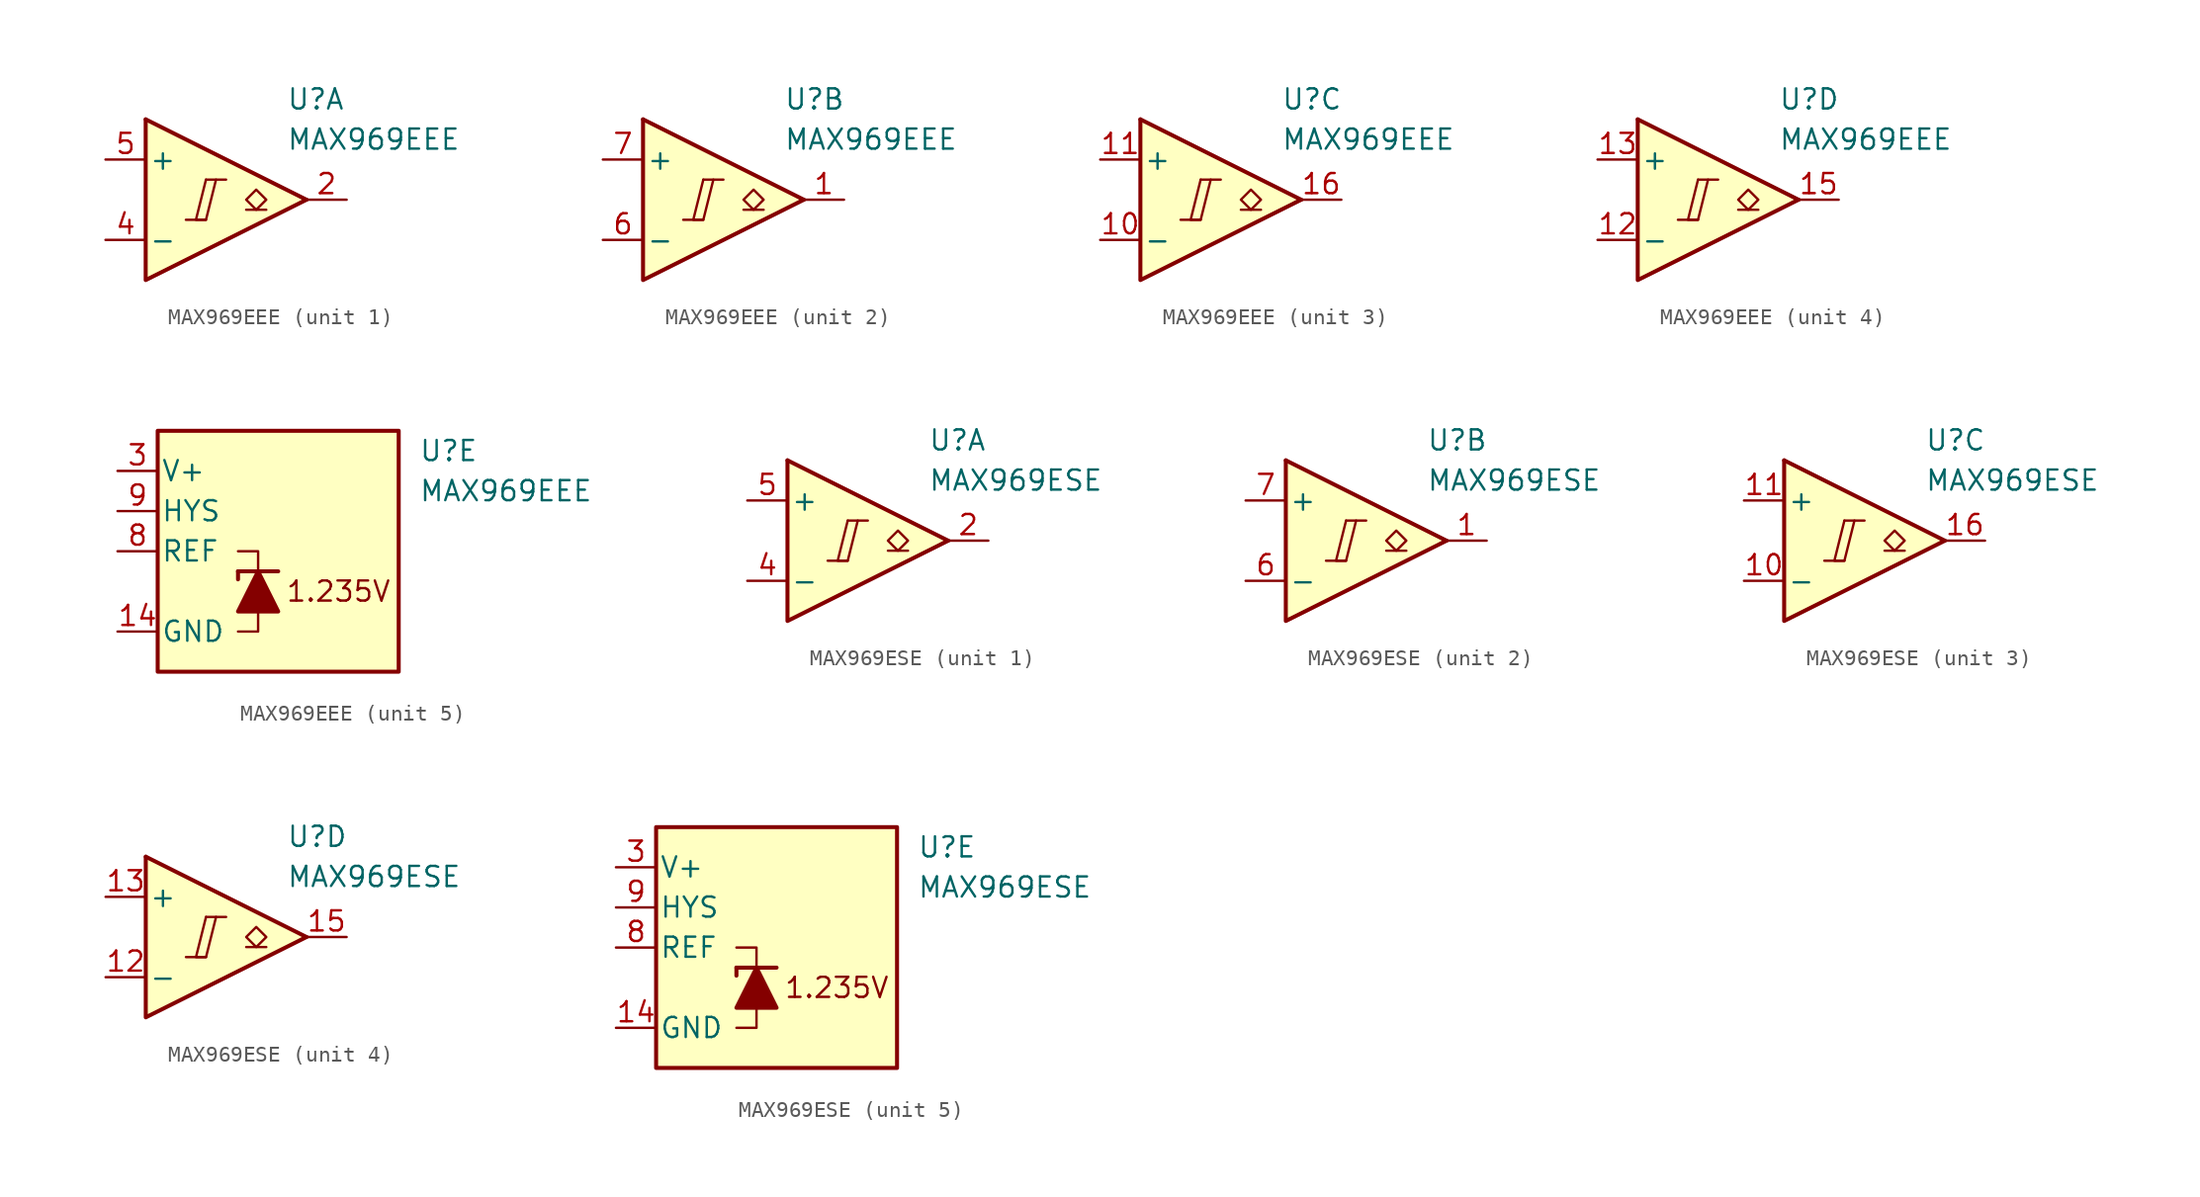
<source format=kicad_sym>
(kicad_symbol_lib
  (version 20231120)
  (generator "kicad_symbol_editor")
  (generator_version "8.0")
  (symbol "MAX969EEE"
    (pin_names
      (offset 0.2))
    (property "Reference" "U"
      (at 5.08 6.35 0)
      (effects (font (size 1.27 1.27)) (justify left)))
    (property "Value" "MAX969EEE"
      (at 5.08 3.81 0)
      (effects (font (size 1.27 1.27)) (justify left)))
    (property "ki_locked" ""
      (at 0 0 0)
      (effects (font (size 1.27 1.27))))
    (symbol "MAX969EEE_1_0"
      (polyline (pts (xy -1.27 -1.27) (xy 0 -1.27)) (stroke (width 0.152) (type default)) (fill (type none)))
      (polyline (pts (xy 0 1.27) (xy 1.27 1.27)) (stroke (width 0.152) (type default)) (fill (type none)))
      (polyline (pts (xy 0 1.27) (xy -0.635 -1.27) (xy 0 -1.27) (xy 0.635 1.27)) (stroke (width 0.152) (type default)) (fill (type none))))
    (symbol "MAX969EEE_1_1"
      (polyline (pts (xy -3.81 5.08) (xy 6.35 0)) (stroke (width 0.254) (type default)) (fill (type none)))
      (polyline (pts (xy 3.81 -0.635) (xy 2.54 -0.635)) (stroke (width 0.152) (type default)) (fill (type none)))
      (polyline (pts (xy -3.81 5.08) (xy -3.81 -5.08) (xy 6.35 0)) (stroke (width 0.254) (type default)) (fill (type background)))
      (polyline (pts (xy 3.175 -0.635) (xy 2.54 0) (xy 3.175 0.635) (xy 3.81 0) (xy 3.175 -0.635)) (stroke (width 0.152) (type default)) (fill (type none)))
      (pin output line (at 8.89 0 180) (length 2.54) (name "~" (effects (font (size 1.27 1.27)))) (number "2" (effects (font (size 1.27 1.27)))))
      (pin input line (at -6.35 -2.54 0) (length 2.54) (name "-" (effects (font (size 1.27 1.27)))) (number "4" (effects (font (size 1.27 1.27)))))
      (pin input line (at -6.35 2.54 0) (length 2.54) (name "+" (effects (font (size 1.27 1.27)))) (number "5" (effects (font (size 1.27 1.27))))))
    (symbol "MAX969EEE_2_0"
      (polyline (pts (xy -1.27 -1.27) (xy 0 -1.27)) (stroke (width 0.152) (type default)) (fill (type none)))
      (polyline (pts (xy 0 1.27) (xy 1.27 1.27)) (stroke (width 0.152) (type default)) (fill (type none)))
      (polyline (pts (xy 0 1.27) (xy -0.635 -1.27) (xy 0 -1.27) (xy 0.635 1.27)) (stroke (width 0.152) (type default)) (fill (type none))))
    (symbol "MAX969EEE_2_1"
      (polyline (pts (xy -3.81 5.08) (xy 6.35 0)) (stroke (width 0.254) (type default)) (fill (type none)))
      (polyline (pts (xy 3.81 -0.635) (xy 2.54 -0.635)) (stroke (width 0.152) (type default)) (fill (type none)))
      (polyline (pts (xy -3.81 5.08) (xy -3.81 -5.08) (xy 6.35 0)) (stroke (width 0.254) (type default)) (fill (type background)))
      (polyline (pts (xy 3.175 -0.635) (xy 2.54 0) (xy 3.175 0.635) (xy 3.81 0) (xy 3.175 -0.635)) (stroke (width 0.152) (type default)) (fill (type none)))
      (pin output line (at 8.89 0 180) (length 2.54) (name "~" (effects (font (size 1.27 1.27)))) (number "1" (effects (font (size 1.27 1.27)))))
      (pin input line (at -6.35 -2.54 0) (length 2.54) (name "-" (effects (font (size 1.27 1.27)))) (number "6" (effects (font (size 1.27 1.27)))))
      (pin input line (at -6.35 2.54 0) (length 2.54) (name "+" (effects (font (size 1.27 1.27)))) (number "7" (effects (font (size 1.27 1.27))))))
    (symbol "MAX969EEE_3_0"
      (polyline (pts (xy -1.27 -1.27) (xy 0 -1.27)) (stroke (width 0.152) (type default)) (fill (type none)))
      (polyline (pts (xy 0 1.27) (xy 1.27 1.27)) (stroke (width 0.152) (type default)) (fill (type none)))
      (polyline (pts (xy 0 1.27) (xy -0.635 -1.27) (xy 0 -1.27) (xy 0.635 1.27)) (stroke (width 0.152) (type default)) (fill (type none))))
    (symbol "MAX969EEE_3_1"
      (polyline (pts (xy -3.81 5.08) (xy 6.35 0)) (stroke (width 0.254) (type default)) (fill (type none)))
      (polyline (pts (xy 3.81 -0.635) (xy 2.54 -0.635)) (stroke (width 0.152) (type default)) (fill (type none)))
      (polyline (pts (xy -3.81 5.08) (xy -3.81 -5.08) (xy 6.35 0)) (stroke (width 0.254) (type default)) (fill (type background)))
      (polyline (pts (xy 3.175 -0.635) (xy 2.54 0) (xy 3.175 0.635) (xy 3.81 0) (xy 3.175 -0.635)) (stroke (width 0.152) (type default)) (fill (type none)))
      (pin input line (at -6.35 -2.54 0) (length 2.54) (name "-" (effects (font (size 1.27 1.27)))) (number "10" (effects (font (size 1.27 1.27)))))
      (pin input line (at -6.35 2.54 0) (length 2.54) (name "+" (effects (font (size 1.27 1.27)))) (number "11" (effects (font (size 1.27 1.27)))))
      (pin output line (at 8.89 0 180) (length 2.54) (name "~" (effects (font (size 1.27 1.27)))) (number "16" (effects (font (size 1.27 1.27))))))
    (symbol "MAX969EEE_4_0"
      (polyline (pts (xy -1.27 -1.27) (xy 0 -1.27)) (stroke (width 0.152) (type default)) (fill (type none)))
      (polyline (pts (xy 0 1.27) (xy 1.27 1.27)) (stroke (width 0.152) (type default)) (fill (type none)))
      (polyline (pts (xy 0 1.27) (xy -0.635 -1.27) (xy 0 -1.27) (xy 0.635 1.27)) (stroke (width 0.152) (type default)) (fill (type none))))
    (symbol "MAX969EEE_4_1"
      (polyline (pts (xy -3.81 5.08) (xy 6.35 0)) (stroke (width 0.254) (type default)) (fill (type none)))
      (polyline (pts (xy 3.81 -0.635) (xy 2.54 -0.635)) (stroke (width 0.152) (type default)) (fill (type none)))
      (polyline (pts (xy -3.81 5.08) (xy -3.81 -5.08) (xy 6.35 0)) (stroke (width 0.254) (type default)) (fill (type background)))
      (polyline (pts (xy 3.175 -0.635) (xy 2.54 0) (xy 3.175 0.635) (xy 3.81 0) (xy 3.175 -0.635)) (stroke (width 0.152) (type default)) (fill (type none)))
      (pin input line (at -6.35 -2.54 0) (length 2.54) (name "-" (effects (font (size 1.27 1.27)))) (number "12" (effects (font (size 1.27 1.27)))))
      (pin input line (at -6.35 2.54 0) (length 2.54) (name "+" (effects (font (size 1.27 1.27)))) (number "13" (effects (font (size 1.27 1.27)))))
      (pin output line (at 8.89 0 180) (length 2.54) (name "~" (effects (font (size 1.27 1.27)))) (number "15" (effects (font (size 1.27 1.27))))))
    (symbol "MAX969EEE_5_0"
      (text "1.235V" (at 0 -2.54 0) (effects (font (size 1.27 1.27)))))
    (symbol "MAX969EEE_5_1"
      (rectangle (start -11.43 7.62) (end 3.81 -7.62) (stroke (width 0.254) (type default)) (fill (type background)))
      (polyline (pts (xy -6.35 -1.27) (xy -6.35 -1.778)) (stroke (width 0.254) (type default)) (fill (type none)))
      (polyline (pts (xy -6.35 -1.27) (xy -3.81 -1.27)) (stroke (width 0.254) (type default)) (fill (type none)))
      (polyline (pts (xy -5.08 -3.81) (xy -5.08 -5.08) (xy -6.35 -5.08)) (stroke (width 0) (type default)) (fill (type none)))
      (polyline (pts (xy -5.08 -1.27) (xy -5.08 0) (xy -6.35 0)) (stroke (width 0) (type default)) (fill (type none)))
      (polyline (pts (xy -3.81 -3.81) (xy -6.35 -3.81) (xy -5.08 -1.27) (xy -3.81 -3.81)) (stroke (width 0.254) (type default)) (fill (type outline)))
      (pin power_in line (at -13.97 -5.08 0) (length 2.54) (name "GND" (effects (font (size 1.27 1.27)))) (number "14" (effects (font (size 1.27 1.27)))))
      (pin power_in line (at -13.97 5.08 0) (length 2.54) (name "V+" (effects (font (size 1.27 1.27)))) (number "3" (effects (font (size 1.27 1.27)))))
      (pin output line (at -13.97 0 0) (length 2.54) (name "REF" (effects (font (size 1.27 1.27)))) (number "8" (effects (font (size 1.27 1.27)))))
      (pin input line (at -13.97 2.54 0) (length 2.54) (name "HYS" (effects (font (size 1.27 1.27)))) (number "9" (effects (font (size 1.27 1.27)))))))
  (symbol "MAX969ESE"
    (pin_names
      (offset 0.2))
    (property "Reference" "U"
      (at 5.08 6.35 0)
      (effects (font (size 1.27 1.27)) (justify left)))
    (property "Value" "MAX969ESE"
      (at 5.08 3.81 0)
      (effects (font (size 1.27 1.27)) (justify left)))
    (property "ki_locked" ""
      (at 0 0 0)
      (effects (font (size 1.27 1.27))))
    (symbol "MAX969ESE_1_0"
      (polyline (pts (xy -1.27 -1.27) (xy 0 -1.27)) (stroke (width 0.152) (type default)) (fill (type none)))
      (polyline (pts (xy 0 1.27) (xy 1.27 1.27)) (stroke (width 0.152) (type default)) (fill (type none)))
      (polyline (pts (xy 0 1.27) (xy -0.635 -1.27) (xy 0 -1.27) (xy 0.635 1.27)) (stroke (width 0.152) (type default)) (fill (type none))))
    (symbol "MAX969ESE_1_1"
      (polyline (pts (xy -3.81 5.08) (xy 6.35 0)) (stroke (width 0.254) (type default)) (fill (type none)))
      (polyline (pts (xy 3.81 -0.635) (xy 2.54 -0.635)) (stroke (width 0.152) (type default)) (fill (type none)))
      (polyline (pts (xy -3.81 5.08) (xy -3.81 -5.08) (xy 6.35 0)) (stroke (width 0.254) (type default)) (fill (type background)))
      (polyline (pts (xy 3.175 -0.635) (xy 2.54 0) (xy 3.175 0.635) (xy 3.81 0) (xy 3.175 -0.635)) (stroke (width 0.152) (type default)) (fill (type none)))
      (pin output line (at 8.89 0 180) (length 2.54) (name "~" (effects (font (size 1.27 1.27)))) (number "2" (effects (font (size 1.27 1.27)))))
      (pin input line (at -6.35 -2.54 0) (length 2.54) (name "-" (effects (font (size 1.27 1.27)))) (number "4" (effects (font (size 1.27 1.27)))))
      (pin input line (at -6.35 2.54 0) (length 2.54) (name "+" (effects (font (size 1.27 1.27)))) (number "5" (effects (font (size 1.27 1.27))))))
    (symbol "MAX969ESE_2_0"
      (polyline (pts (xy -1.27 -1.27) (xy 0 -1.27)) (stroke (width 0.152) (type default)) (fill (type none)))
      (polyline (pts (xy 0 1.27) (xy 1.27 1.27)) (stroke (width 0.152) (type default)) (fill (type none)))
      (polyline (pts (xy 0 1.27) (xy -0.635 -1.27) (xy 0 -1.27) (xy 0.635 1.27)) (stroke (width 0.152) (type default)) (fill (type none))))
    (symbol "MAX969ESE_2_1"
      (polyline (pts (xy -3.81 5.08) (xy 6.35 0)) (stroke (width 0.254) (type default)) (fill (type none)))
      (polyline (pts (xy 3.81 -0.635) (xy 2.54 -0.635)) (stroke (width 0.152) (type default)) (fill (type none)))
      (polyline (pts (xy -3.81 5.08) (xy -3.81 -5.08) (xy 6.35 0)) (stroke (width 0.254) (type default)) (fill (type background)))
      (polyline (pts (xy 3.175 -0.635) (xy 2.54 0) (xy 3.175 0.635) (xy 3.81 0) (xy 3.175 -0.635)) (stroke (width 0.152) (type default)) (fill (type none)))
      (pin output line (at 8.89 0 180) (length 2.54) (name "~" (effects (font (size 1.27 1.27)))) (number "1" (effects (font (size 1.27 1.27)))))
      (pin input line (at -6.35 -2.54 0) (length 2.54) (name "-" (effects (font (size 1.27 1.27)))) (number "6" (effects (font (size 1.27 1.27)))))
      (pin input line (at -6.35 2.54 0) (length 2.54) (name "+" (effects (font (size 1.27 1.27)))) (number "7" (effects (font (size 1.27 1.27))))))
    (symbol "MAX969ESE_3_0"
      (polyline (pts (xy -1.27 -1.27) (xy 0 -1.27)) (stroke (width 0.152) (type default)) (fill (type none)))
      (polyline (pts (xy 0 1.27) (xy 1.27 1.27)) (stroke (width 0.152) (type default)) (fill (type none)))
      (polyline (pts (xy 0 1.27) (xy -0.635 -1.27) (xy 0 -1.27) (xy 0.635 1.27)) (stroke (width 0.152) (type default)) (fill (type none))))
    (symbol "MAX969ESE_3_1"
      (polyline (pts (xy -3.81 5.08) (xy 6.35 0)) (stroke (width 0.254) (type default)) (fill (type none)))
      (polyline (pts (xy 3.81 -0.635) (xy 2.54 -0.635)) (stroke (width 0.152) (type default)) (fill (type none)))
      (polyline (pts (xy -3.81 5.08) (xy -3.81 -5.08) (xy 6.35 0)) (stroke (width 0.254) (type default)) (fill (type background)))
      (polyline (pts (xy 3.175 -0.635) (xy 2.54 0) (xy 3.175 0.635) (xy 3.81 0) (xy 3.175 -0.635)) (stroke (width 0.152) (type default)) (fill (type none)))
      (pin input line (at -6.35 -2.54 0) (length 2.54) (name "-" (effects (font (size 1.27 1.27)))) (number "10" (effects (font (size 1.27 1.27)))))
      (pin input line (at -6.35 2.54 0) (length 2.54) (name "+" (effects (font (size 1.27 1.27)))) (number "11" (effects (font (size 1.27 1.27)))))
      (pin output line (at 8.89 0 180) (length 2.54) (name "~" (effects (font (size 1.27 1.27)))) (number "16" (effects (font (size 1.27 1.27))))))
    (symbol "MAX969ESE_4_0"
      (polyline (pts (xy -1.27 -1.27) (xy 0 -1.27)) (stroke (width 0.152) (type default)) (fill (type none)))
      (polyline (pts (xy 0 1.27) (xy 1.27 1.27)) (stroke (width 0.152) (type default)) (fill (type none)))
      (polyline (pts (xy 0 1.27) (xy -0.635 -1.27) (xy 0 -1.27) (xy 0.635 1.27)) (stroke (width 0.152) (type default)) (fill (type none))))
    (symbol "MAX969ESE_4_1"
      (polyline (pts (xy -3.81 5.08) (xy 6.35 0)) (stroke (width 0.254) (type default)) (fill (type none)))
      (polyline (pts (xy 3.81 -0.635) (xy 2.54 -0.635)) (stroke (width 0.152) (type default)) (fill (type none)))
      (polyline (pts (xy -3.81 5.08) (xy -3.81 -5.08) (xy 6.35 0)) (stroke (width 0.254) (type default)) (fill (type background)))
      (polyline (pts (xy 3.175 -0.635) (xy 2.54 0) (xy 3.175 0.635) (xy 3.81 0) (xy 3.175 -0.635)) (stroke (width 0.152) (type default)) (fill (type none)))
      (pin input line (at -6.35 -2.54 0) (length 2.54) (name "-" (effects (font (size 1.27 1.27)))) (number "12" (effects (font (size 1.27 1.27)))))
      (pin input line (at -6.35 2.54 0) (length 2.54) (name "+" (effects (font (size 1.27 1.27)))) (number "13" (effects (font (size 1.27 1.27)))))
      (pin output line (at 8.89 0 180) (length 2.54) (name "~" (effects (font (size 1.27 1.27)))) (number "15" (effects (font (size 1.27 1.27))))))
    (symbol "MAX969ESE_5_0"
      (text "1.235V" (at 0 -2.54 0) (effects (font (size 1.27 1.27)))))
    (symbol "MAX969ESE_5_1"
      (rectangle (start -11.43 7.62) (end 3.81 -7.62) (stroke (width 0.254) (type default)) (fill (type background)))
      (polyline (pts (xy -6.35 -1.27) (xy -6.35 -1.778)) (stroke (width 0.254) (type default)) (fill (type none)))
      (polyline (pts (xy -6.35 -1.27) (xy -3.81 -1.27)) (stroke (width 0.254) (type default)) (fill (type none)))
      (polyline (pts (xy -5.08 -3.81) (xy -5.08 -5.08) (xy -6.35 -5.08)) (stroke (width 0) (type default)) (fill (type none)))
      (polyline (pts (xy -5.08 -1.27) (xy -5.08 0) (xy -6.35 0)) (stroke (width 0) (type default)) (fill (type none)))
      (polyline (pts (xy -3.81 -3.81) (xy -6.35 -3.81) (xy -5.08 -1.27) (xy -3.81 -3.81)) (stroke (width 0.254) (type default)) (fill (type outline)))
      (pin power_in line (at -13.97 -5.08 0) (length 2.54) (name "GND" (effects (font (size 1.27 1.27)))) (number "14" (effects (font (size 1.27 1.27)))))
      (pin power_in line (at -13.97 5.08 0) (length 2.54) (name "V+" (effects (font (size 1.27 1.27)))) (number "3" (effects (font (size 1.27 1.27)))))
      (pin output line (at -13.97 0 0) (length 2.54) (name "REF" (effects (font (size 1.27 1.27)))) (number "8" (effects (font (size 1.27 1.27)))))
      (pin input line (at -13.97 2.54 0) (length 2.54) (name "HYS" (effects (font (size 1.27 1.27)))) (number "9" (effects (font (size 1.27 1.27))))))))
</source>
